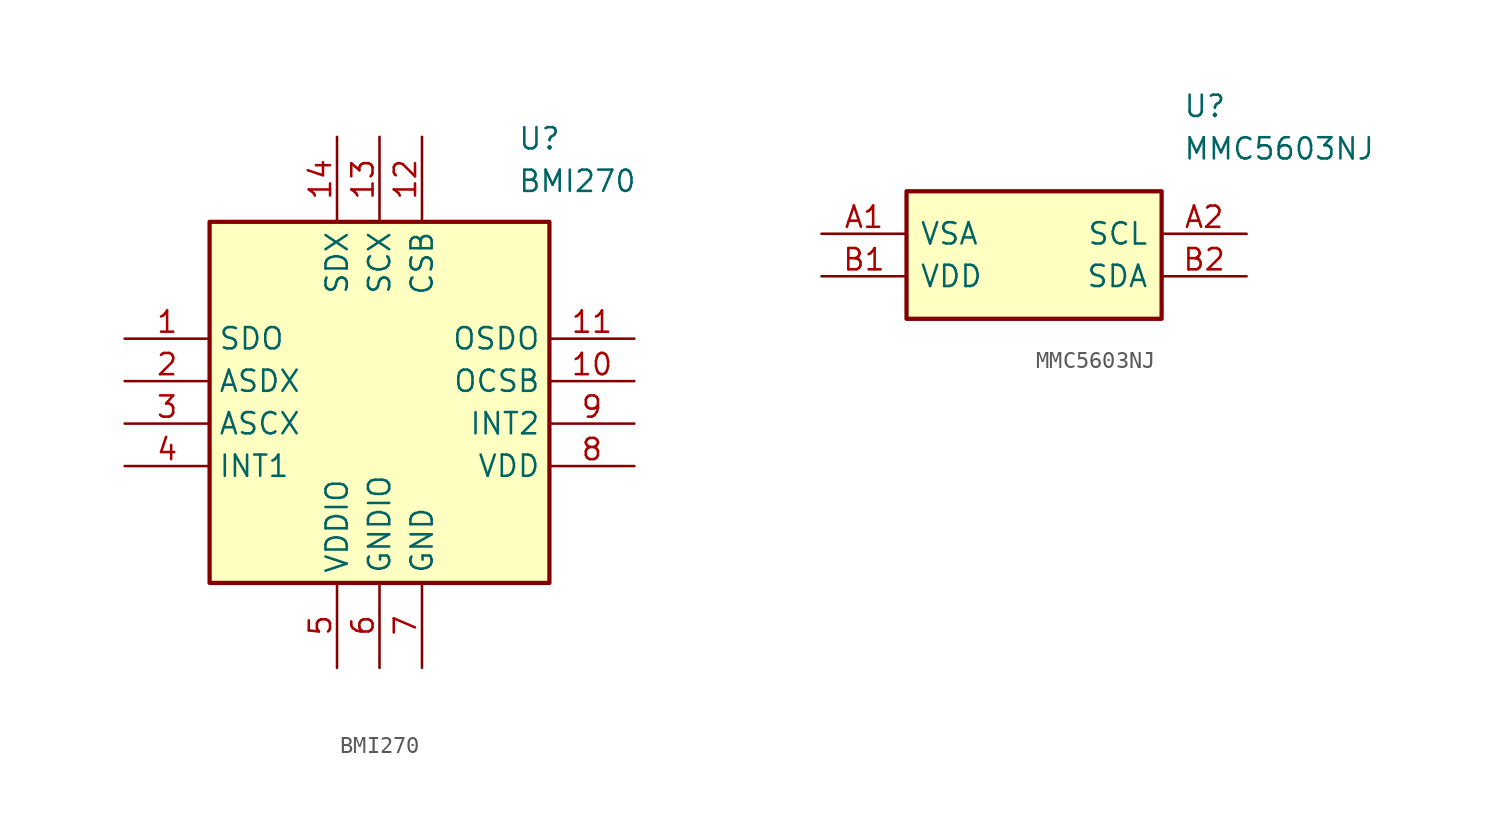
<source format=kicad_sym>
(kicad_symbol_lib
  (version 20220914)
  (generator kicad_symbol_editor)
  (symbol "BMI270"
    (property "Reference" "U"
      (at 23.495 12.7 0)
      (effects (font (size 1.27 1.27)) (justify left top)))
    (property "Value" "BMI270"
      (at 23.495 10.16 0)
      (effects (font (size 1.27 1.27)) (justify left top)))
    (symbol "BMI270_1_1"
      (rectangle (start 5.08 6.985) (end 25.4 -14.605) (stroke (width 0.254) (type default)) (fill (type background)))
      (pin passive line (at 0 0 0) (length 5.08) (name "SDO" (effects (font (size 1.27 1.27)))) (number "1" (effects (font (size 1.27 1.27)))))
      (pin passive line (at 30.48 -2.54 180) (length 5.08) (name "OCSB" (effects (font (size 1.27 1.27)))) (number "10" (effects (font (size 1.27 1.27)))))
      (pin passive line (at 30.48 0 180) (length 5.08) (name "OSDO" (effects (font (size 1.27 1.27)))) (number "11" (effects (font (size 1.27 1.27)))))
      (pin passive line (at 17.78 12.065 270) (length 5.08) (name "CSB" (effects (font (size 1.27 1.27)))) (number "12" (effects (font (size 1.27 1.27)))))
      (pin passive line (at 15.24 12.065 270) (length 5.08) (name "SCX" (effects (font (size 1.27 1.27)))) (number "13" (effects (font (size 1.27 1.27)))))
      (pin passive line (at 12.7 12.065 270) (length 5.08) (name "SDX" (effects (font (size 1.27 1.27)))) (number "14" (effects (font (size 1.27 1.27)))))
      (pin passive line (at 0 -2.54 0) (length 5.08) (name "ASDX" (effects (font (size 1.27 1.27)))) (number "2" (effects (font (size 1.27 1.27)))))
      (pin passive line (at 0 -5.08 0) (length 5.08) (name "ASCX" (effects (font (size 1.27 1.27)))) (number "3" (effects (font (size 1.27 1.27)))))
      (pin passive line (at 0 -7.62 0) (length 5.08) (name "INT1" (effects (font (size 1.27 1.27)))) (number "4" (effects (font (size 1.27 1.27)))))
      (pin passive line (at 12.7 -19.685 90) (length 5.08) (name "VDDIO" (effects (font (size 1.27 1.27)))) (number "5" (effects (font (size 1.27 1.27)))))
      (pin passive line (at 15.24 -19.685 90) (length 5.08) (name "GNDIO" (effects (font (size 1.27 1.27)))) (number "6" (effects (font (size 1.27 1.27)))))
      (pin passive line (at 17.78 -19.685 90) (length 5.08) (name "GND" (effects (font (size 1.27 1.27)))) (number "7" (effects (font (size 1.27 1.27)))))
      (pin passive line (at 30.48 -7.62 180) (length 5.08) (name "VDD" (effects (font (size 1.27 1.27)))) (number "8" (effects (font (size 1.27 1.27)))))
      (pin passive line (at 30.48 -5.08 180) (length 5.08) (name "INT2" (effects (font (size 1.27 1.27)))) (number "9" (effects (font (size 1.27 1.27)))))))
  (symbol "MMC5603NJ"
    (pin_names
      (offset 0.762))
    (property "Reference" "U"
      (at 21.59 7.62 0)
      (effects (font (size 1.27 1.27)) (justify left)))
    (property "Value" "MMC5603NJ"
      (at 21.59 5.08 0)
      (effects (font (size 1.27 1.27)) (justify left)))
    (symbol "MMC5603NJ_0_0"
      (pin passive line (at 0 0 0) (length 5.08) (name "VSA" (effects (font (size 1.27 1.27)))) (number "A1" (effects (font (size 1.27 1.27)))))
      (pin passive line (at 25.4 0 180) (length 5.08) (name "SCL" (effects (font (size 1.27 1.27)))) (number "A2" (effects (font (size 1.27 1.27)))))
      (pin passive line (at 0 -2.54 0) (length 5.08) (name "VDD" (effects (font (size 1.27 1.27)))) (number "B1" (effects (font (size 1.27 1.27)))))
      (pin passive line (at 25.4 -2.54 180) (length 5.08) (name "SDA" (effects (font (size 1.27 1.27)))) (number "B2" (effects (font (size 1.27 1.27))))))
    (symbol "MMC5603NJ_1_1"
      (polyline (pts (xy 5.08 2.54) (xy 20.32 2.54) (xy 20.32 -5.08) (xy 5.08 -5.08) (xy 5.08 2.54)) (stroke (width 0.254) (type solid)) (fill (type background))))))
</source>
